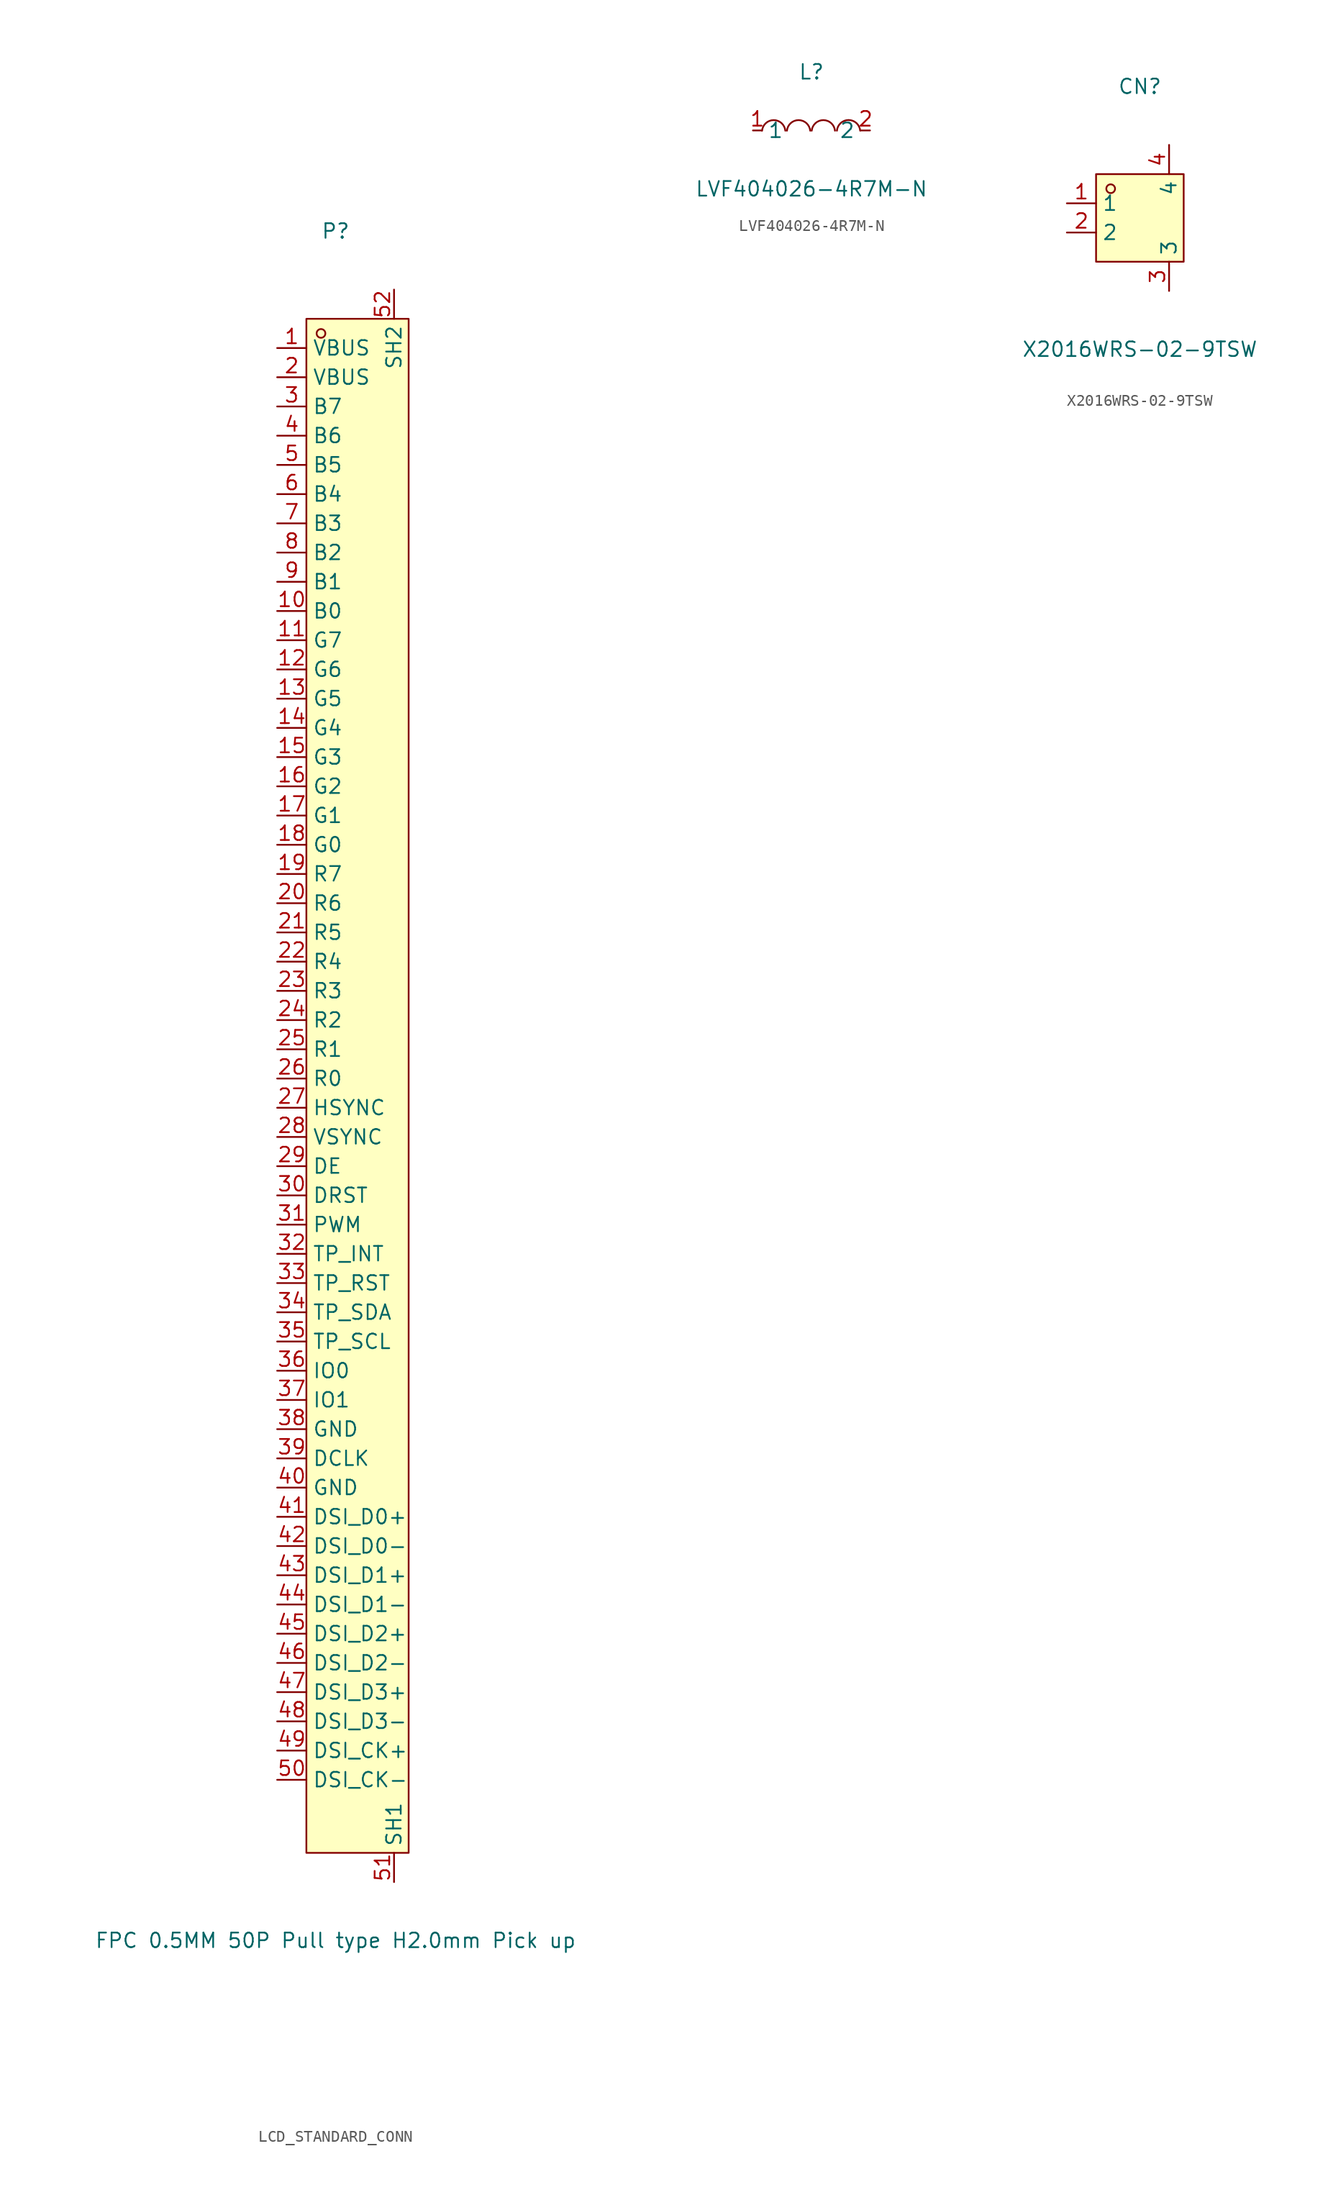
<source format=kicad_sym>
(kicad_symbol_lib
  (version 20220914)
  (generator https://github.com/uPesy/easyeda2kicad.py)
  (symbol "LCD_STANDARD_CONN"
    (property "Reference" "P"
      (at 0 72.39 0)
      (effects (font (size 1.27 1.27))))
    (property "Value" "FPC 0.5MM 50P Pull type H2.0mm Pick up"
      (at 0 -76.2 0)
      (effects (font (size 1.27 1.27))))
    (symbol "LCD_STANDARD_CONN_0_1"
      (rectangle (start -2.54 64.77) (end 6.35 -68.58) (stroke (width 0) (type default)) (fill (type background)))
      (circle (center -1.27 63.5) (radius 0.38) (stroke (width 0) (type default)) (fill (type none)))
      (pin power_in line (at -5.08 62.23 0) (length 2.54) (name "VBUS" (effects (font (size 1.27 1.27)))) (number "1" (effects (font (size 1.27 1.27)))))
      (pin input line (at -5.08 39.37 0) (length 2.54) (name "B0" (effects (font (size 1.27 1.27)))) (number "10" (effects (font (size 1.27 1.27)))))
      (pin input line (at -5.08 36.83 0) (length 2.54) (name "G7" (effects (font (size 1.27 1.27)))) (number "11" (effects (font (size 1.27 1.27)))))
      (pin input line (at -5.08 34.29 0) (length 2.54) (name "G6" (effects (font (size 1.27 1.27)))) (number "12" (effects (font (size 1.27 1.27)))))
      (pin input line (at -5.08 31.75 0) (length 2.54) (name "G5" (effects (font (size 1.27 1.27)))) (number "13" (effects (font (size 1.27 1.27)))))
      (pin input line (at -5.08 29.21 0) (length 2.54) (name "G4" (effects (font (size 1.27 1.27)))) (number "14" (effects (font (size 1.27 1.27)))))
      (pin input line (at -5.08 26.67 0) (length 2.54) (name "G3" (effects (font (size 1.27 1.27)))) (number "15" (effects (font (size 1.27 1.27)))))
      (pin input line (at -5.08 24.13 0) (length 2.54) (name "G2" (effects (font (size 1.27 1.27)))) (number "16" (effects (font (size 1.27 1.27)))))
      (pin input line (at -5.08 21.59 0) (length 2.54) (name "G1" (effects (font (size 1.27 1.27)))) (number "17" (effects (font (size 1.27 1.27)))))
      (pin input line (at -5.08 19.05 0) (length 2.54) (name "G0" (effects (font (size 1.27 1.27)))) (number "18" (effects (font (size 1.27 1.27)))))
      (pin input line (at -5.08 16.51 0) (length 2.54) (name "R7" (effects (font (size 1.27 1.27)))) (number "19" (effects (font (size 1.27 1.27)))))
      (pin power_in line (at -5.08 59.69 0) (length 2.54) (name "VBUS" (effects (font (size 1.27 1.27)))) (number "2" (effects (font (size 1.27 1.27)))))
      (pin input line (at -5.08 13.97 0) (length 2.54) (name "R6" (effects (font (size 1.27 1.27)))) (number "20" (effects (font (size 1.27 1.27)))))
      (pin input line (at -5.08 11.43 0) (length 2.54) (name "R5" (effects (font (size 1.27 1.27)))) (number "21" (effects (font (size 1.27 1.27)))))
      (pin input line (at -5.08 8.89 0) (length 2.54) (name "R4" (effects (font (size 1.27 1.27)))) (number "22" (effects (font (size 1.27 1.27)))))
      (pin input line (at -5.08 6.35 0) (length 2.54) (name "R3" (effects (font (size 1.27 1.27)))) (number "23" (effects (font (size 1.27 1.27)))))
      (pin input line (at -5.08 3.81 0) (length 2.54) (name "R2" (effects (font (size 1.27 1.27)))) (number "24" (effects (font (size 1.27 1.27)))))
      (pin input line (at -5.08 1.27 0) (length 2.54) (name "R1" (effects (font (size 1.27 1.27)))) (number "25" (effects (font (size 1.27 1.27)))))
      (pin input line (at -5.08 -1.27 0) (length 2.54) (name "R0" (effects (font (size 1.27 1.27)))) (number "26" (effects (font (size 1.27 1.27)))))
      (pin input line (at -5.08 -3.81 0) (length 2.54) (name "HSYNC" (effects (font (size 1.27 1.27)))) (number "27" (effects (font (size 1.27 1.27)))))
      (pin input line (at -5.08 -6.35 0) (length 2.54) (name "VSYNC" (effects (font (size 1.27 1.27)))) (number "28" (effects (font (size 1.27 1.27)))))
      (pin input line (at -5.08 -8.89 0) (length 2.54) (name "DE" (effects (font (size 1.27 1.27)))) (number "29" (effects (font (size 1.27 1.27)))))
      (pin input line (at -5.08 57.15 0) (length 2.54) (name "B7" (effects (font (size 1.27 1.27)))) (number "3" (effects (font (size 1.27 1.27)))))
      (pin input line (at -5.08 -11.43 0) (length 2.54) (name "DRST" (effects (font (size 1.27 1.27)))) (number "30" (effects (font (size 1.27 1.27)))))
      (pin input line (at -5.08 -13.97 0) (length 2.54) (name "PWM" (effects (font (size 1.27 1.27)))) (number "31" (effects (font (size 1.27 1.27)))))
      (pin input line (at -5.08 -16.51 0) (length 2.54) (name "TP_INT" (effects (font (size 1.27 1.27)))) (number "32" (effects (font (size 1.27 1.27)))))
      (pin input line (at -5.08 -19.05 0) (length 2.54) (name "TP_RST" (effects (font (size 1.27 1.27)))) (number "33" (effects (font (size 1.27 1.27)))))
      (pin bidirectional line (at -5.08 -21.59 0) (length 2.54) (name "TP_SDA" (effects (font (size 1.27 1.27)))) (number "34" (effects (font (size 1.27 1.27)))))
      (pin bidirectional line (at -5.08 -24.13 0) (length 2.54) (name "TP_SCL" (effects (font (size 1.27 1.27)))) (number "35" (effects (font (size 1.27 1.27)))))
      (pin input line (at -5.08 -26.67 0) (length 2.54) (name "IO0" (effects (font (size 1.27 1.27)))) (number "36" (effects (font (size 1.27 1.27)))))
      (pin input line (at -5.08 -29.21 0) (length 2.54) (name "IO1" (effects (font (size 1.27 1.27)))) (number "37" (effects (font (size 1.27 1.27)))))
      (pin power_in line (at -5.08 -31.75 0) (length 2.54) (name "GND" (effects (font (size 1.27 1.27)))) (number "38" (effects (font (size 1.27 1.27)))))
      (pin input line (at -5.08 54.61 0) (length 2.54) (name "B6" (effects (font (size 1.27 1.27)))) (number "4" (effects (font (size 1.27 1.27)))))
      (pin bidirectional line (at -5.08 -44.45 0) (length 2.54) (name "DSI_D1+" (effects (font (size 1.27 1.27)))) (number "43" (effects (font (size 1.27 1.27)))))
      (pin bidirectional line (at -5.08 -46.99 0) (length 2.54) (name "DSI_D1-" (effects (font (size 1.27 1.27)))) (number "44" (effects (font (size 1.27 1.27)))))
      (pin bidirectional line (at -5.08 -49.53 0) (length 2.54) (name "DSI_D2+" (effects (font (size 1.27 1.27)))) (number "45" (effects (font (size 1.27 1.27)))))
      (pin bidirectional line (at -5.08 -52.07 0) (length 2.54) (name "DSI_D2-" (effects (font (size 1.27 1.27)))) (number "46" (effects (font (size 1.27 1.27)))))
      (pin bidirectional line (at -5.08 -54.61 0) (length 2.54) (name "DSI_D3+" (effects (font (size 1.27 1.27)))) (number "47" (effects (font (size 1.27 1.27)))))
      (pin bidirectional line (at -5.08 -57.15 0) (length 2.54) (name "DSI_D3-" (effects (font (size 1.27 1.27)))) (number "48" (effects (font (size 1.27 1.27)))))
      (pin bidirectional line (at -5.08 -59.69 0) (length 2.54) (name "DSI_CK+" (effects (font (size 1.27 1.27)))) (number "49" (effects (font (size 1.27 1.27)))))
      (pin input line (at -5.08 52.07 0) (length 2.54) (name "B5" (effects (font (size 1.27 1.27)))) (number "5" (effects (font (size 1.27 1.27)))))
      (pin bidirectional line (at -5.08 -62.23 0) (length 2.54) (name "DSI_CK-" (effects (font (size 1.27 1.27)))) (number "50" (effects (font (size 1.27 1.27)))))
      (pin input line (at -5.08 49.53 0) (length 2.54) (name "B4" (effects (font (size 1.27 1.27)))) (number "6" (effects (font (size 1.27 1.27)))))
      (pin input line (at -5.08 46.99 0) (length 2.54) (name "B3" (effects (font (size 1.27 1.27)))) (number "7" (effects (font (size 1.27 1.27)))))
      (pin input line (at -5.08 44.45 0) (length 2.54) (name "B2" (effects (font (size 1.27 1.27)))) (number "8" (effects (font (size 1.27 1.27)))))
      (pin input line (at -5.08 41.91 0) (length 2.54) (name "B1" (effects (font (size 1.27 1.27)))) (number "9" (effects (font (size 1.27 1.27))))))
    (symbol "LCD_STANDARD_CONN_1_1"
      (pin input line (at -5.08 -34.29 0) (length 2.54) (name "DCLK" (effects (font (size 1.27 1.27)))) (number "39" (effects (font (size 1.27 1.27)))))
      (pin power_in line (at -5.08 -36.83 0) (length 2.54) (name "GND" (effects (font (size 1.27 1.27)))) (number "40" (effects (font (size 1.27 1.27)))))
      (pin bidirectional line (at -5.08 -39.37 0) (length 2.54) (name "DSI_D0+" (effects (font (size 1.27 1.27)))) (number "41" (effects (font (size 1.27 1.27)))))
      (pin bidirectional line (at -5.08 -41.91 0) (length 2.54) (name "DSI_D0-" (effects (font (size 1.27 1.27)))) (number "42" (effects (font (size 1.27 1.27)))))
      (pin power_in line (at 5.08 -71.12 90) (length 2.54) (name "SH1" (effects (font (size 1.27 1.27)))) (number "51" (effects (font (size 1.27 1.27)))))
      (pin power_in line (at 5.08 67.31 270) (length 2.54) (name "SH2" (effects (font (size 1.27 1.27)))) (number "52" (effects (font (size 1.27 1.27)))))))
  (symbol "LVF404026-4R7M-N"
    (property "Reference" "L"
      (at 0 5.08 0)
      (effects (font (size 1.27 1.27))))
    (property "Value" "LVF404026-4R7M-N"
      (at 0 -5.08 0)
      (effects (font (size 1.27 1.27))))
    (symbol "LVF404026-4R7M-N_0_1"
      (arc (start -2.27 -0.02) (mid -3.28 0.897) (end -4.29 -0.02) (stroke (width 0) (type default)) (fill (type none)))
      (arc (start -0.11 -0.02) (mid -1.12 0.897) (end -2.13 -0.02) (stroke (width 0) (type default)) (fill (type none)))
      (arc (start 2.04 -0.02) (mid 1.03 0.897) (end 0.02 -0.02) (stroke (width 0) (type default)) (fill (type none)))
      (arc (start 4.23 -0.02) (mid 3.22 0.9048) (end 2.21 -0.02) (stroke (width 0) (type default)) (fill (type none)))
      (pin unspecified line (at -5.08 0 0) (length 0.762) (name "1" (effects (font (size 1.27 1.27)))) (number "1" (effects (font (size 1.27 1.27)))))
      (pin unspecified line (at 5.08 0 180) (length 0.762) (name "2" (effects (font (size 1.27 1.27)))) (number "2" (effects (font (size 1.27 1.27)))))))
  (symbol "X2016WRS-02-9TSW"
    (property "Reference" "CN"
      (at 0 12.70 0)
      (effects (font (size 1.27 1.27))))
    (property "Value" "X2016WRS-02-9TSW"
      (at 0 -10.16 0)
      (effects (font (size 1.27 1.27))))
    (symbol "X2016WRS-02-9TSW_0_1"
      (rectangle (start -3.81 5.08) (end 3.81 -2.54) (stroke (width 0) (type default) (color 0 0 0 0)) (fill (type background)))
      (circle (center -2.54 3.81) (radius 0.38) (stroke (width 0) (type default) (color 0 0 0 0)) (fill (type none)))
      (pin unspecified line (at 2.54 7.62 270) (length 2.54) (name "4" (effects (font (size 1.27 1.27)))) (number "4" (effects (font (size 1.27 1.27)))))
      (pin unspecified line (at 2.54 -5.08 90) (length 2.54) (name "3" (effects (font (size 1.27 1.27)))) (number "3" (effects (font (size 1.27 1.27)))))
      (pin unspecified line (at -6.35 -0.00 0) (length 2.54) (name "2" (effects (font (size 1.27 1.27)))) (number "2" (effects (font (size 1.27 1.27)))))
      (pin unspecified line (at -6.35 2.54 0) (length 2.54) (name "1" (effects (font (size 1.27 1.27)))) (number "1" (effects (font (size 1.27 1.27))))))))
</source>
